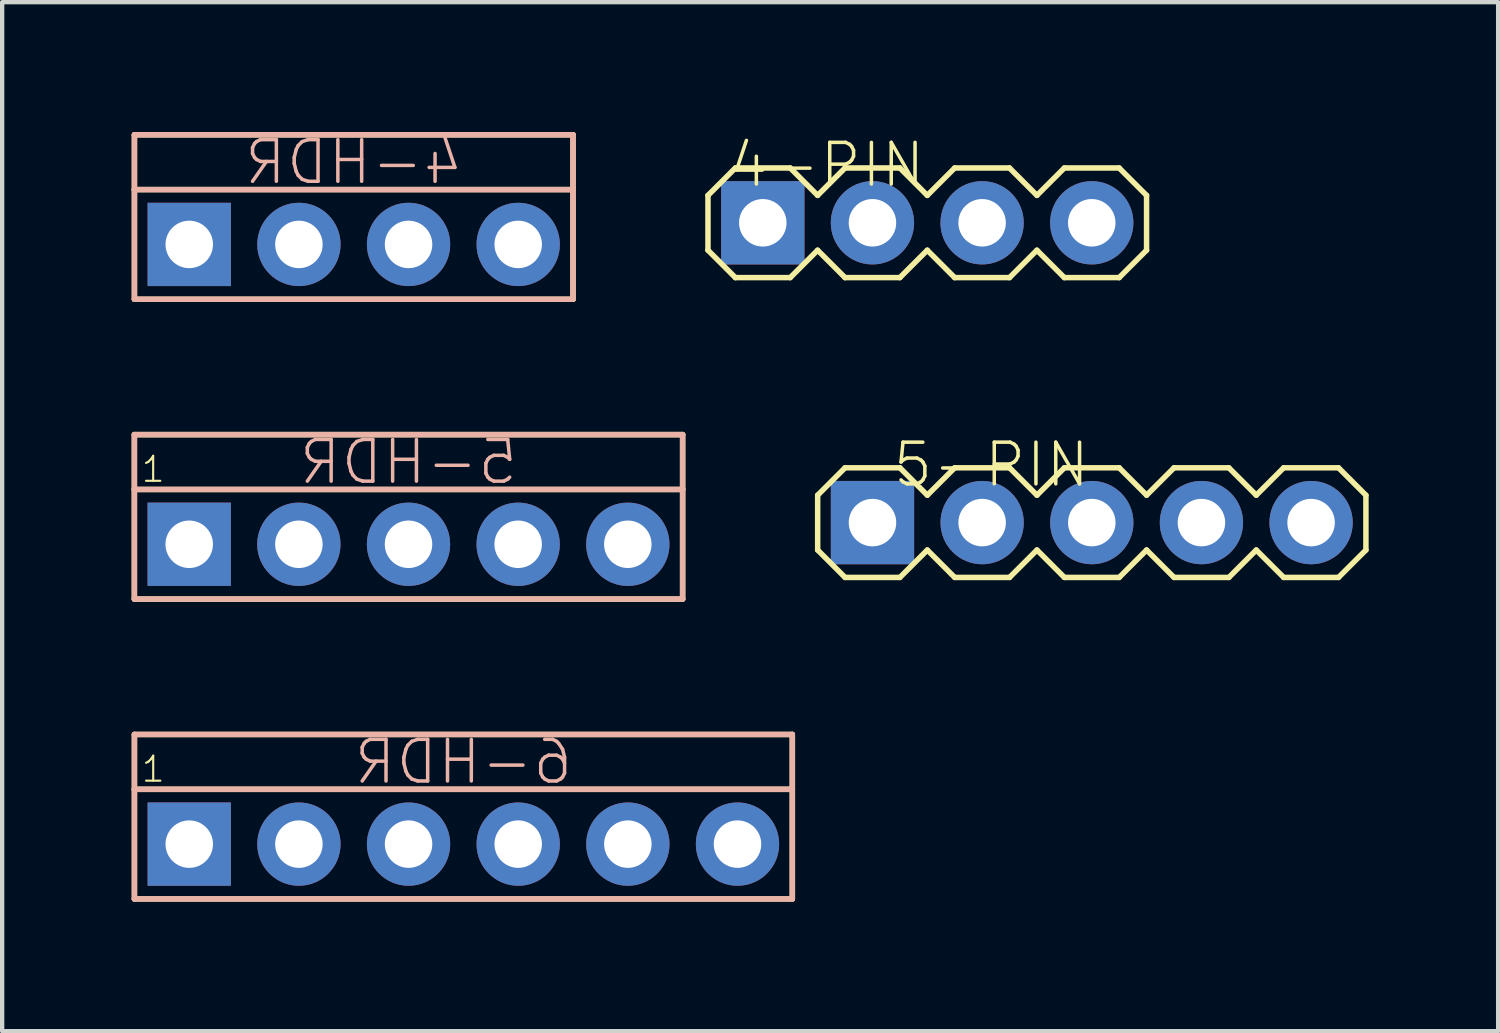
<source format=kicad_pcb>
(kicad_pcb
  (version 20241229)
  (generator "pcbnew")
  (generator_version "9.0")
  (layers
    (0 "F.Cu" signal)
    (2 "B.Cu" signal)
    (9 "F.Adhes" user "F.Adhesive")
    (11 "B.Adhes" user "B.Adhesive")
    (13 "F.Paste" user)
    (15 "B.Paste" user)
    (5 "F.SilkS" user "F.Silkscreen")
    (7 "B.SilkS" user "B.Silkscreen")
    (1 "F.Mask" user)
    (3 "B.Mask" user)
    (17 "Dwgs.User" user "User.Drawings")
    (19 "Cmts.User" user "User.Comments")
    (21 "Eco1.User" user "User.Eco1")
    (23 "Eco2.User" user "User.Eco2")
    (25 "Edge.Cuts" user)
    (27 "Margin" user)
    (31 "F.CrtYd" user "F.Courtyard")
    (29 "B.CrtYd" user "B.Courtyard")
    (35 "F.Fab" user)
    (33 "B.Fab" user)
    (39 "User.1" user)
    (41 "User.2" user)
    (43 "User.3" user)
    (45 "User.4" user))
  (footprint "4-HDR"
    (layer "F.Cu")
    (at 5.144 2.612)
    (property "Reference" "4-HDR" (at 0 -1.905 0) (layer "B.SilkS") (effects (font (size 0.965 0.965) (thickness 0.081)) (justify mirror)))
    (attr through_hole)
    (fp_line (start -5.08 -1.27) (end -5.08 -2.54) (stroke (width 0.127) (type solid)) (layer "F.SilkS"))
    (fp_line (start -5.08 -1.27) (end 5.08 -1.27) (stroke (width 0.127) (type solid)) (layer "F.SilkS"))
    (fp_line (start -5.08 1.27) (end -5.08 -1.27) (stroke (width 0.127) (type solid)) (layer "F.SilkS"))
    (fp_line (start 5.08 -2.54) (end -5.08 -2.54) (stroke (width 0.127) (type solid)) (layer "F.SilkS"))
    (fp_line (start 5.08 -1.27) (end 5.08 -2.54) (stroke (width 0.127) (type solid)) (layer "F.SilkS"))
    (fp_line (start 5.08 1.27) (end -5.08 1.27) (stroke (width 0.127) (type solid)) (layer "F.SilkS"))
    (fp_line (start 5.08 1.27) (end 5.08 -1.27) (stroke (width 0.127) (type solid)) (layer "F.SilkS"))
    (fp_line (start -5.08 -2.54) (end 5.08 -2.54) (stroke (width 0.127) (type solid)) (layer "B.SilkS"))
    (fp_line (start -5.08 -1.27) (end -5.08 -2.54) (stroke (width 0.127) (type solid)) (layer "B.SilkS"))
    (fp_line (start -5.08 1.27) (end -5.08 -1.27) (stroke (width 0.127) (type solid)) (layer "B.SilkS"))
    (fp_line (start -5.08 1.27) (end 5.08 1.27) (stroke (width 0.127) (type solid)) (layer "B.SilkS"))
    (fp_line (start 5.08 -1.27) (end -5.08 -1.27) (stroke (width 0.127) (type solid)) (layer "B.SilkS"))
    (fp_line (start 5.08 -1.27) (end 5.08 -2.54) (stroke (width 0.127) (type solid)) (layer "B.SilkS"))
    (fp_line (start 5.08 1.27) (end 5.08 -1.27) (stroke (width 0.127) (type solid)) (layer "B.SilkS"))
    (pad "P$1" thru_hole rect (at -3.81 0) (size 1.93 1.93) (drill 1.1) (layers "*.Cu" "*.Mask"))
    (pad "P$2" thru_hole oval (at -1.27 0) (size 1.93 1.93) (drill 1.1) (layers "*.Cu" "*.Mask"))
    (pad "P$3" thru_hole oval (at 1.27 0) (size 1.93 1.93) (drill 1.1) (layers "*.Cu" "*.Mask"))
    (pad "P$4" thru_hole oval (at 3.81 0) (size 1.93 1.93) (drill 1.1) (layers "*.Cu" "*.Mask")))
  (footprint "6-HDR"
    (layer "F.Cu")
    (at 7.684 16.504)
    (property "Reference" "6-HDR" (at 0 -1.905 0) (layer "B.SilkS") (effects (font (size 0.965 0.965) (thickness 0.081)) (justify mirror)))
    (attr through_hole)
    (fp_line (start -7.62 -2.54) (end 7.62 -2.54) (stroke (width 0.127) (type solid)) (layer "F.SilkS"))
    (fp_line (start -7.62 -1.27) (end -7.62 -2.54) (stroke (width 0.127) (type solid)) (layer "F.SilkS"))
    (fp_line (start -7.62 -1.27) (end 7.62 -1.27) (stroke (width 0.127) (type solid)) (layer "F.SilkS"))
    (fp_line (start -7.62 1.27) (end -7.62 -1.27) (stroke (width 0.127) (type solid)) (layer "F.SilkS"))
    (fp_line (start 7.62 -2.54) (end 7.62 -1.27) (stroke (width 0.127) (type solid)) (layer "F.SilkS"))
    (fp_line (start 7.62 -1.27) (end 7.62 1.27) (stroke (width 0.127) (type solid)) (layer "F.SilkS"))
    (fp_line (start 7.62 1.27) (end -7.62 1.27) (stroke (width 0.127) (type solid)) (layer "F.SilkS"))
    (fp_line (start -7.62 -2.54) (end 7.62 -2.54) (stroke (width 0.127) (type solid)) (layer "B.SilkS"))
    (fp_line (start -7.62 -1.27) (end -7.62 -2.54) (stroke (width 0.127) (type solid)) (layer "B.SilkS"))
    (fp_line (start -7.62 -1.27) (end 7.62 -1.27) (stroke (width 0.127) (type solid)) (layer "B.SilkS"))
    (fp_line (start -7.62 1.27) (end -7.62 -1.27) (stroke (width 0.127) (type solid)) (layer "B.SilkS"))
    (fp_line (start 7.62 -2.54) (end 7.62 -1.27) (stroke (width 0.127) (type solid)) (layer "B.SilkS"))
    (fp_line (start 7.62 -1.27) (end 7.62 1.27) (stroke (width 0.127) (type solid)) (layer "B.SilkS"))
    (fp_line (start 7.62 1.27) (end -7.62 1.27) (stroke (width 0.127) (type solid)) (layer "B.SilkS"))
    (fp_text user "1" (at -7.493 -1.397 0) (layer "F.SilkS") (effects (font (size 0.579 0.579) (thickness 0.049)) (justify left bottom)))
    (pad "1" thru_hole rect (at -6.35 0) (size 1.93 1.93) (drill 1.1) (layers "*.Cu" "*.Mask"))
    (pad "2" thru_hole oval (at -3.81 0) (size 1.93 1.93) (drill 1.1) (layers "*.Cu" "*.Mask"))
    (pad "3" thru_hole oval (at -1.27 0) (size 1.93 1.93) (drill 1.1) (layers "*.Cu" "*.Mask"))
    (pad "4" thru_hole oval (at 1.27 0) (size 1.93 1.93) (drill 1.1) (layers "*.Cu" "*.Mask"))
    (pad "5" thru_hole oval (at 3.81 0) (size 1.93 1.93) (drill 1.1) (layers "*.Cu" "*.Mask"))
    (pad "6" thru_hole oval (at 6.35 0) (size 1.93 1.93) (drill 1.1) (layers "*.Cu" "*.Mask")))
  (footprint "5-PIN"
    (layer "F.Cu")
    (at 22.241 9.056)
    (property "Reference" "5-PIN" (at 0 -1.905 0) (layer "F.SilkS") (effects (font (size 0.965 0.965) (thickness 0.081)) (justify right top)))
    (attr through_hole)
    (fp_line (start -6.35 -0.635) (end -5.715 -1.27) (stroke (width 0.127) (type solid)) (layer "F.SilkS"))
    (fp_line (start -6.35 0.635) (end -6.35 -0.635) (stroke (width 0.127) (type solid)) (layer "F.SilkS"))
    (fp_line (start -5.715 -1.27) (end -4.445 -1.27) (stroke (width 0.127) (type solid)) (layer "F.SilkS"))
    (fp_line (start -5.715 1.27) (end -6.35 0.635) (stroke (width 0.127) (type solid)) (layer "F.SilkS"))
    (fp_line (start -4.445 -1.27) (end -3.81 -0.635) (stroke (width 0.127) (type solid)) (layer "F.SilkS"))
    (fp_line (start -4.445 1.27) (end -5.715 1.27) (stroke (width 0.127) (type solid)) (layer "F.SilkS"))
    (fp_line (start -3.81 -0.635) (end -3.175 -1.27) (stroke (width 0.127) (type solid)) (layer "F.SilkS"))
    (fp_line (start -3.81 0.635) (end -4.445 1.27) (stroke (width 0.127) (type solid)) (layer "F.SilkS"))
    (fp_line (start -3.175 -1.27) (end -1.905 -1.27) (stroke (width 0.127) (type solid)) (layer "F.SilkS"))
    (fp_line (start -3.175 1.27) (end -3.81 0.635) (stroke (width 0.127) (type solid)) (layer "F.SilkS"))
    (fp_line (start -1.905 -1.27) (end -1.27 -0.635) (stroke (width 0.127) (type solid)) (layer "F.SilkS"))
    (fp_line (start -1.905 1.27) (end -3.175 1.27) (stroke (width 0.127) (type solid)) (layer "F.SilkS"))
    (fp_line (start -1.27 -0.635) (end -0.635 -1.27) (stroke (width 0.127) (type solid)) (layer "F.SilkS"))
    (fp_line (start -1.27 0.635) (end -1.905 1.27) (stroke (width 0.127) (type solid)) (layer "F.SilkS"))
    (fp_line (start -0.635 -1.27) (end 0.635 -1.27) (stroke (width 0.127) (type solid)) (layer "F.SilkS"))
    (fp_line (start -0.635 1.27) (end -1.27 0.635) (stroke (width 0.127) (type solid)) (layer "F.SilkS"))
    (fp_line (start 0.635 -1.27) (end 1.27 -0.635) (stroke (width 0.127) (type solid)) (layer "F.SilkS"))
    (fp_line (start 0.635 1.27) (end -0.635 1.27) (stroke (width 0.127) (type solid)) (layer "F.SilkS"))
    (fp_line (start 1.27 -0.635) (end 1.905 -1.27) (stroke (width 0.127) (type solid)) (layer "F.SilkS"))
    (fp_line (start 1.27 0.635) (end 0.635 1.27) (stroke (width 0.127) (type solid)) (layer "F.SilkS"))
    (fp_line (start 1.905 -1.27) (end 3.175 -1.27) (stroke (width 0.127) (type solid)) (layer "F.SilkS"))
    (fp_line (start 1.905 1.27) (end 1.27 0.635) (stroke (width 0.127) (type solid)) (layer "F.SilkS"))
    (fp_line (start 3.175 -1.27) (end 3.81 -0.635) (stroke (width 0.127) (type solid)) (layer "F.SilkS"))
    (fp_line (start 3.175 1.27) (end 1.905 1.27) (stroke (width 0.127) (type solid)) (layer "F.SilkS"))
    (fp_line (start 3.81 -0.635) (end 4.445 -1.27) (stroke (width 0.127) (type solid)) (layer "F.SilkS"))
    (fp_line (start 3.81 0.635) (end 3.175 1.27) (stroke (width 0.127) (type solid)) (layer "F.SilkS"))
    (fp_line (start 4.445 -1.27) (end 5.715 -1.27) (stroke (width 0.127) (type solid)) (layer "F.SilkS"))
    (fp_line (start 4.445 1.27) (end 3.81 0.635) (stroke (width 0.127) (type solid)) (layer "F.SilkS"))
    (fp_line (start 5.715 -1.27) (end 6.35 -0.635) (stroke (width 0.127) (type solid)) (layer "F.SilkS"))
    (fp_line (start 5.715 1.27) (end 4.445 1.27) (stroke (width 0.127) (type solid)) (layer "F.SilkS"))
    (fp_line (start 6.35 -0.635) (end 6.35 0.635) (stroke (width 0.127) (type solid)) (layer "F.SilkS"))
    (fp_line (start 6.35 0.635) (end 5.715 1.27) (stroke (width 0.127) (type solid)) (layer "F.SilkS"))
    (pad "1" thru_hole rect (at -5.08 0 180) (size 1.93 1.93) (drill 1.1) (layers "*.Cu" "*.Mask"))
    (pad "2" thru_hole oval (at -2.54 0 180) (size 1.93 1.93) (drill 1.1) (layers "*.Cu" "*.Mask"))
    (pad "3" thru_hole oval (at 0 0 180) (size 1.93 1.93) (drill 1.1) (layers "*.Cu" "*.Mask"))
    (pad "4" thru_hole oval (at 2.54 0 180) (size 1.93 1.93) (drill 1.1) (layers "*.Cu" "*.Mask"))
    (pad "5" thru_hole oval (at 5.08 0 180) (size 1.93 1.93) (drill 1.1) (layers "*.Cu" "*.Mask")))
  (footprint "5-HDR"
    (layer "F.Cu")
    (at 6.413 9.558)
    (property "Reference" "5-HDR" (at 0 -1.905 0) (layer "B.SilkS") (effects (font (size 0.965 0.965) (thickness 0.081)) (justify mirror)))
    (attr through_hole)
    (fp_line (start -6.35 -2.54) (end 6.35 -2.54) (stroke (width 0.127) (type solid)) (layer "F.SilkS"))
    (fp_line (start -6.35 -1.27) (end -6.35 -2.54) (stroke (width 0.127) (type solid)) (layer "F.SilkS"))
    (fp_line (start -6.35 -1.27) (end 6.35 -1.27) (stroke (width 0.127) (type solid)) (layer "F.SilkS"))
    (fp_line (start -6.35 1.27) (end -6.35 -1.27) (stroke (width 0.127) (type solid)) (layer "F.SilkS"))
    (fp_line (start 6.35 -2.54) (end 6.35 -1.27) (stroke (width 0.127) (type solid)) (layer "F.SilkS"))
    (fp_line (start 6.35 -1.27) (end 6.35 1.27) (stroke (width 0.127) (type solid)) (layer "F.SilkS"))
    (fp_line (start 6.35 1.27) (end -6.35 1.27) (stroke (width 0.127) (type solid)) (layer "F.SilkS"))
    (fp_line (start -6.35 -2.54) (end -6.35 -1.27) (stroke (width 0.127) (type solid)) (layer "B.SilkS"))
    (fp_line (start -6.35 -1.27) (end -6.35 1.27) (stroke (width 0.127) (type solid)) (layer "B.SilkS"))
    (fp_line (start -6.35 1.27) (end 6.35 1.27) (stroke (width 0.127) (type solid)) (layer "B.SilkS"))
    (fp_line (start 6.35 -2.54) (end -6.35 -2.54) (stroke (width 0.127) (type solid)) (layer "B.SilkS"))
    (fp_line (start 6.35 -1.27) (end -6.35 -1.27) (stroke (width 0.127) (type solid)) (layer "B.SilkS"))
    (fp_line (start 6.35 -1.27) (end 6.35 -2.54) (stroke (width 0.127) (type solid)) (layer "B.SilkS"))
    (fp_line (start 6.35 1.27) (end 6.35 -1.27) (stroke (width 0.127) (type solid)) (layer "B.SilkS"))
    (fp_text user "1" (at -6.223 -1.397 0) (layer "F.SilkS") (effects (font (size 0.579 0.579) (thickness 0.049)) (justify left bottom)))
    (pad "1" thru_hole rect (at -5.08 0) (size 1.93 1.93) (drill 1.1) (layers "*.Cu" "*.Mask"))
    (pad "2" thru_hole oval (at -2.54 0) (size 1.93 1.93) (drill 1.1) (layers "*.Cu" "*.Mask"))
    (pad "3" thru_hole oval (at 0 0) (size 1.93 1.93) (drill 1.1) (layers "*.Cu" "*.Mask"))
    (pad "4" thru_hole oval (at 2.54 0) (size 1.93 1.93) (drill 1.1) (layers "*.Cu" "*.Mask"))
    (pad "5" thru_hole oval (at 5.08 0) (size 1.93 1.93) (drill 1.1) (layers "*.Cu" "*.Mask")))
  (footprint "4-PIN"
    (layer "F.Cu")
    (at 18.43 2.111)
    (property "Reference" "4-PIN" (at 0 -1.905 0) (layer "F.SilkS") (effects (font (size 0.965 0.965) (thickness 0.081)) (justify right top)))
    (attr through_hole)
    (fp_line (start -5.08 -0.635) (end -4.445 -1.27) (stroke (width 0.127) (type solid)) (layer "F.SilkS"))
    (fp_line (start -5.08 0.635) (end -5.08 -0.635) (stroke (width 0.127) (type solid)) (layer "F.SilkS"))
    (fp_line (start -4.445 -1.27) (end -3.175 -1.27) (stroke (width 0.127) (type solid)) (layer "F.SilkS"))
    (fp_line (start -4.445 1.27) (end -5.08 0.635) (stroke (width 0.127) (type solid)) (layer "F.SilkS"))
    (fp_line (start -3.175 -1.27) (end -2.54 -0.635) (stroke (width 0.127) (type solid)) (layer "F.SilkS"))
    (fp_line (start -3.175 1.27) (end -4.445 1.27) (stroke (width 0.127) (type solid)) (layer "F.SilkS"))
    (fp_line (start -2.54 -0.635) (end -1.905 -1.27) (stroke (width 0.127) (type solid)) (layer "F.SilkS"))
    (fp_line (start -2.54 0.635) (end -3.175 1.27) (stroke (width 0.127) (type solid)) (layer "F.SilkS"))
    (fp_line (start -1.905 -1.27) (end -0.635 -1.27) (stroke (width 0.127) (type solid)) (layer "F.SilkS"))
    (fp_line (start -1.905 1.27) (end -2.54 0.635) (stroke (width 0.127) (type solid)) (layer "F.SilkS"))
    (fp_line (start -0.635 -1.27) (end 0 -0.635) (stroke (width 0.127) (type solid)) (layer "F.SilkS"))
    (fp_line (start -0.635 1.27) (end -1.905 1.27) (stroke (width 0.127) (type solid)) (layer "F.SilkS"))
    (fp_line (start 0 -0.635) (end 0.635 -1.27) (stroke (width 0.127) (type solid)) (layer "F.SilkS"))
    (fp_line (start 0 0.635) (end -0.635 1.27) (stroke (width 0.127) (type solid)) (layer "F.SilkS"))
    (fp_line (start 0.635 -1.27) (end 1.905 -1.27) (stroke (width 0.127) (type solid)) (layer "F.SilkS"))
    (fp_line (start 0.635 1.27) (end 0 0.635) (stroke (width 0.127) (type solid)) (layer "F.SilkS"))
    (fp_line (start 1.905 -1.27) (end 2.54 -0.635) (stroke (width 0.127) (type solid)) (layer "F.SilkS"))
    (fp_line (start 1.905 1.27) (end 0.635 1.27) (stroke (width 0.127) (type solid)) (layer "F.SilkS"))
    (fp_line (start 2.54 -0.635) (end 3.175 -1.27) (stroke (width 0.127) (type solid)) (layer "F.SilkS"))
    (fp_line (start 2.54 0.635) (end 1.905 1.27) (stroke (width 0.127) (type solid)) (layer "F.SilkS"))
    (fp_line (start 3.175 -1.27) (end 4.445 -1.27) (stroke (width 0.127) (type solid)) (layer "F.SilkS"))
    (fp_line (start 3.175 1.27) (end 2.54 0.635) (stroke (width 0.127) (type solid)) (layer "F.SilkS"))
    (fp_line (start 4.445 -1.27) (end 5.08 -0.635) (stroke (width 0.127) (type solid)) (layer "F.SilkS"))
    (fp_line (start 4.445 1.27) (end 3.175 1.27) (stroke (width 0.127) (type solid)) (layer "F.SilkS"))
    (fp_line (start 5.08 0.635) (end 4.445 1.27) (stroke (width 0.127) (type solid)) (layer "F.SilkS"))
    (fp_line (start 5.08 0.635) (end 5.08 -0.635) (stroke (width 0.127) (type solid)) (layer "F.SilkS"))
    (pad "1" thru_hole rect (at -3.81 0 180) (size 1.93 1.93) (drill 1.1) (layers "*.Cu" "*.Mask"))
    (pad "2" thru_hole oval (at -1.27 0 180) (size 1.93 1.93) (drill 1.1) (layers "*.Cu" "*.Mask"))
    (pad "3" thru_hole oval (at 1.27 0 180) (size 1.93 1.93) (drill 1.1) (layers "*.Cu" "*.Mask"))
    (pad "4" thru_hole oval (at 3.81 0 180) (size 1.93 1.93) (drill 1.1) (layers "*.Cu" "*.Mask")))
  (gr_rect
    (start -3 -3)
    (end 31.654 20.837)
    (stroke (width 0.1) (type default))
    (fill no)
    (layer "Edge.Cuts")))
</source>
